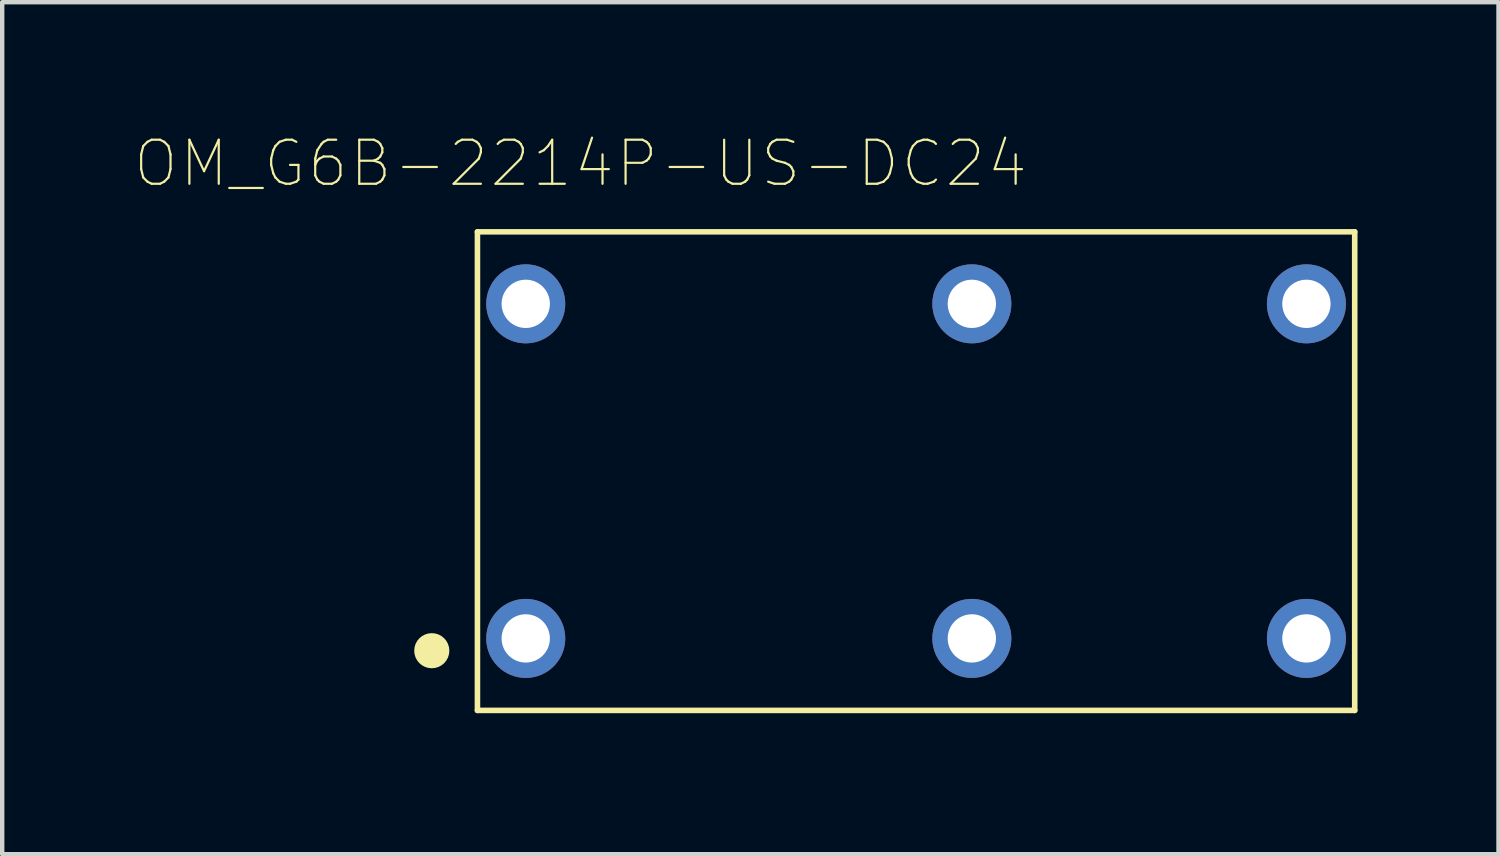
<source format=kicad_pcb>
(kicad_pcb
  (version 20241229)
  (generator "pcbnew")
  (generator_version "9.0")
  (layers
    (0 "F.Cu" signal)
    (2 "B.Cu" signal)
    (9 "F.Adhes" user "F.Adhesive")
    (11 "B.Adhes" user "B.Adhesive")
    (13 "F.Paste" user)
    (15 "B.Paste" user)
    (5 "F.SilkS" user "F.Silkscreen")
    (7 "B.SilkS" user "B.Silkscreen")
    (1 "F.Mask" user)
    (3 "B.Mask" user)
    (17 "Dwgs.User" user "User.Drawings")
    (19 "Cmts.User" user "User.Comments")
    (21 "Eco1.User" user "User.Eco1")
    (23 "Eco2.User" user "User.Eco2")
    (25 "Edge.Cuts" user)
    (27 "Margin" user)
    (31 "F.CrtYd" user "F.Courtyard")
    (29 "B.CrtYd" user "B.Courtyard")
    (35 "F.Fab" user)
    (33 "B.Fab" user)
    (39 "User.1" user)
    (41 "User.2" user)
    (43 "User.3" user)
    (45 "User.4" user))
  (footprint "OM_G6B-2214P-US-DC24"
    (layer "F.Cu")
    (at 17.814 7.68)
    (property "Reference" "OM_G6B-2214P-US-DC24" (at -7.643 -7.006 0) (layer "F.SilkS") (effects (font (size 1.003 1.003) (thickness 0.05))))
    (attr through_hole)
    (fp_line (start -9.99 -5.45) (end 9.99 -5.45) (stroke (width 0.127) (type solid)) (layer "F.SilkS"))
    (fp_line (start -9.99 5.45) (end -9.99 -5.45) (stroke (width 0.127) (type solid)) (layer "F.SilkS"))
    (fp_line (start 9.99 -5.45) (end 9.99 5.45) (stroke (width 0.127) (type solid)) (layer "F.SilkS"))
    (fp_line (start 9.99 5.45) (end -9.99 5.45) (stroke (width 0.127) (type solid)) (layer "F.SilkS"))
    (fp_circle (center -11.03 4.09) (end -10.83 4.09) (stroke (width 0.4) (type solid)) (fill no) (layer "F.SilkS"))
    (fp_line (start -10.24 -5.7) (end -10.24 5.7) (stroke (width 0.05) (type solid)) (layer "Eco1.User"))
    (fp_line (start 10.24 -5.7) (end -10.24 -5.7) (stroke (width 0.05) (type solid)) (layer "Eco1.User"))
    (fp_line (start 10.24 -5.7) (end 10.24 5.7) (stroke (width 0.05) (type solid)) (layer "Eco1.User"))
    (fp_line (start 10.24 5.7) (end -10.24 5.7) (stroke (width 0.05) (type solid)) (layer "Eco1.User"))
    (fp_line (start -9.99 -5.45) (end 9.99 -5.45) (stroke (width 0.127) (type solid)) (layer "Eco2.User"))
    (fp_line (start -9.99 5.45) (end -9.99 -5.45) (stroke (width 0.127) (type solid)) (layer "Eco2.User"))
    (fp_line (start 9.99 -5.45) (end 9.99 5.45) (stroke (width 0.127) (type solid)) (layer "Eco2.User"))
    (fp_line (start 9.99 5.45) (end -9.99 5.45) (stroke (width 0.127) (type solid)) (layer "Eco2.User"))
    (pad "1" thru_hole circle (at -8.89 3.81 180) (size 1.8 1.8) (drill 1.1) (layers "*.Cu" "*.Mask"))
    (pad "3" thru_hole circle (at 1.27 3.81 180) (size 1.8 1.8) (drill 1.1) (layers "*.Cu" "*.Mask"))
    (pad "4" thru_hole circle (at 8.89 3.81 180) (size 1.8 1.8) (drill 1.1) (layers "*.Cu" "*.Mask"))
    (pad "5" thru_hole circle (at 8.89 -3.81 180) (size 1.8 1.8) (drill 1.1) (layers "*.Cu" "*.Mask"))
    (pad "6" thru_hole circle (at 1.27 -3.81 180) (size 1.8 1.8) (drill 1.1) (layers "*.Cu" "*.Mask"))
    (pad "8" thru_hole circle (at -8.89 -3.81 180) (size 1.8 1.8) (drill 1.1) (layers "*.Cu" "*.Mask")))
  (gr_rect
    (start -3 -3)
    (end 31.079 16.405)
    (stroke (width 0.1) (type default))
    (fill no)
    (layer "Edge.Cuts")))
</source>
